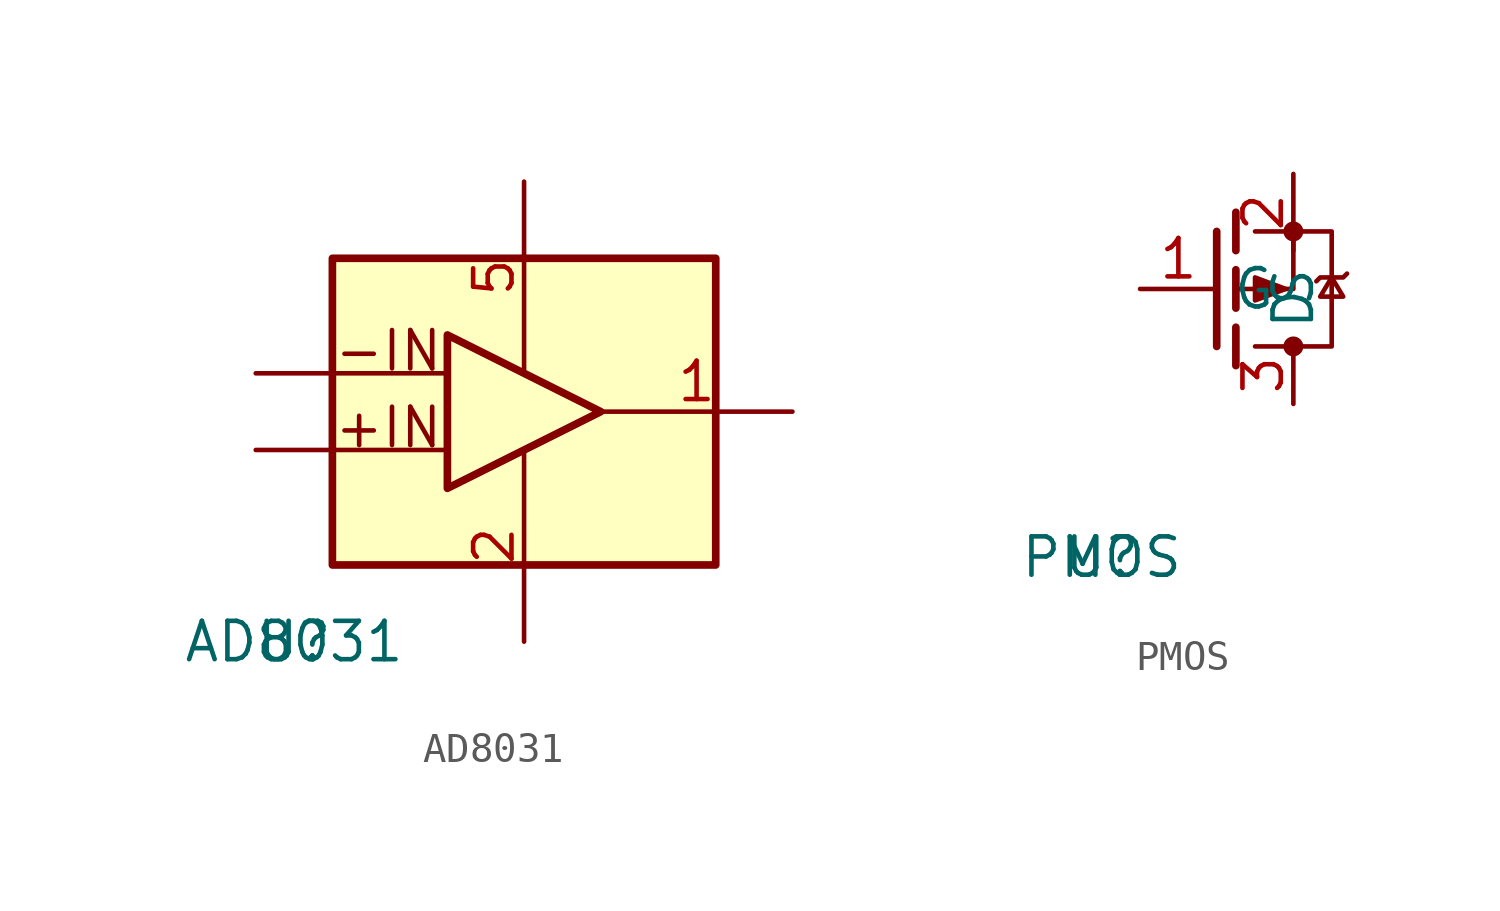
<source format=kicad_sym>
(kicad_symbol_lib
  (version 20211014)
  (generator kicad_symbol_editor)
  (symbol "AD8031"
    (property "Reference" "U"
      (at 0 0 0)
      (effects (font (size 1.27 1.27))))
    (property "Value" "AD8031"
      (at 0 0 0)
      (effects (font (size 1.27 1.27))))
    (symbol "AD8031_1_0"
      (polyline (pts (xy 5.08 10.16) (xy 5.08 5.08) (xy 10.16 7.62) (xy 5.08 10.16)) (stroke (width 0.254) (type default) (color 0 0 0 0)) (fill (type none)))
      (rectangle (start 1.27 12.7) (end 13.97 2.54) (stroke (width 0.254) (type default) (color 0 0 0 0)) (fill (type background)))
      (text "+IN" (at 1.27 6.35 0) (effects (font (size 1.27 1.27)) (justify left bottom)))
      (text "-IN" (at 1.27 8.89 0) (effects (font (size 1.27 1.27)) (justify left bottom)))
      (pin passive line (at 16.51 7.62 180) (length 6.35) (name "VOUT" (effects (font (size 0 0)))) (number "1" (effects (font (size 1.27 1.27)))))
      (pin power_in line (at 7.62 0 90) (length 6.35) (name "-VS" (effects (font (size 0 0)))) (number "2" (effects (font (size 1.27 1.27)))))
      (pin passive line (at -1.27 6.35 0) (length 6.35) (name "+IN" (effects (font (size 0 0)))) (number "3" (effects (font (size 0 0)))))
      (pin passive line (at -1.27 8.89 0) (length 6.35) (name "-IN" (effects (font (size 0 0)))) (number "4" (effects (font (size 0 0)))))
      (pin power_in line (at 7.62 15.24 270) (length 6.35) (name "+VS" (effects (font (size 0 0)))) (number "5" (effects (font (size 1.27 1.27)))))))
  (symbol "PMOS"
    (property "Reference" "U"
      (at 0 0 0)
      (effects (font (size 1.27 1.27))))
    (property "Value" "PMOS"
      (at 0 0 0)
      (effects (font (size 1.27 1.27))))
    (symbol "PMOS_0_1"
      (polyline (pts (xy 3.81 10.795) (xy 3.81 6.985)) (stroke (width 0.254) (type default) (color 0 0 0 0)) (fill (type none)))
      (polyline (pts (xy 4.445 7.62) (xy 4.445 6.35)) (stroke (width 0.254) (type default) (color 0 0 0 0)) (fill (type none)))
      (polyline (pts (xy 4.445 9.525) (xy 4.445 8.255)) (stroke (width 0.254) (type default) (color 0 0 0 0)) (fill (type none)))
      (polyline (pts (xy 4.445 11.43) (xy 4.445 10.16)) (stroke (width 0.254) (type default) (color 0 0 0 0)) (fill (type none)))
      (polyline (pts (xy 6.35 10.795) (xy 6.35 8.89) (xy 4.572 8.89)) (stroke (width 0) (type default) (color 0 0 0 0)) (fill (type none)))
      (polyline (pts (xy 5.08 10.795) (xy 7.62 10.795) (xy 7.62 6.985) (xy 5.08 6.985)) (stroke (width 0) (type default) (color 0 0 0 0)) (fill (type none)))
      (polyline (pts (xy 6.096 8.89) (xy 5.08 9.271) (xy 5.08 8.509) (xy 6.096 8.89)) (stroke (width 0) (type default) (color 0 0 0 0)) (fill (type outline)))
      (polyline (pts (xy 7.112 9.144) (xy 7.239 9.271) (xy 8.001 9.271) (xy 8.128 9.398)) (stroke (width 0) (type default) (color 0 0 0 0)) (fill (type none)))
      (polyline (pts (xy 7.62 9.271) (xy 7.239 8.636) (xy 8.001 8.636) (xy 7.62 9.271)) (stroke (width 0) (type default) (color 0 0 0 0)) (fill (type none)))
      (circle (center 6.35 6.985) (radius 0.254) (stroke (width 0) (type default) (color 0 0 0 0)) (fill (type outline)))
      (circle (center 6.35 10.795) (radius 0.254) (stroke (width 0) (type default) (color 0 0 0 0)) (fill (type outline))))
    (symbol "PMOS_1_1"
      (pin input line (at 1.27 8.89 0) (length 2.54) (name "G" (effects (font (size 1.27 1.27)))) (number "1" (effects (font (size 1.27 1.27)))))
      (pin passive line (at 6.35 12.7 270) (length 2.54) (name "S" (effects (font (size 1.27 1.27)))) (number "2" (effects (font (size 1.27 1.27)))))
      (pin passive line (at 6.35 5.08 90) (length 1.905) (name "D" (effects (font (size 1.27 1.27)))) (number "3" (effects (font (size 1.27 1.27))))))))
</source>
